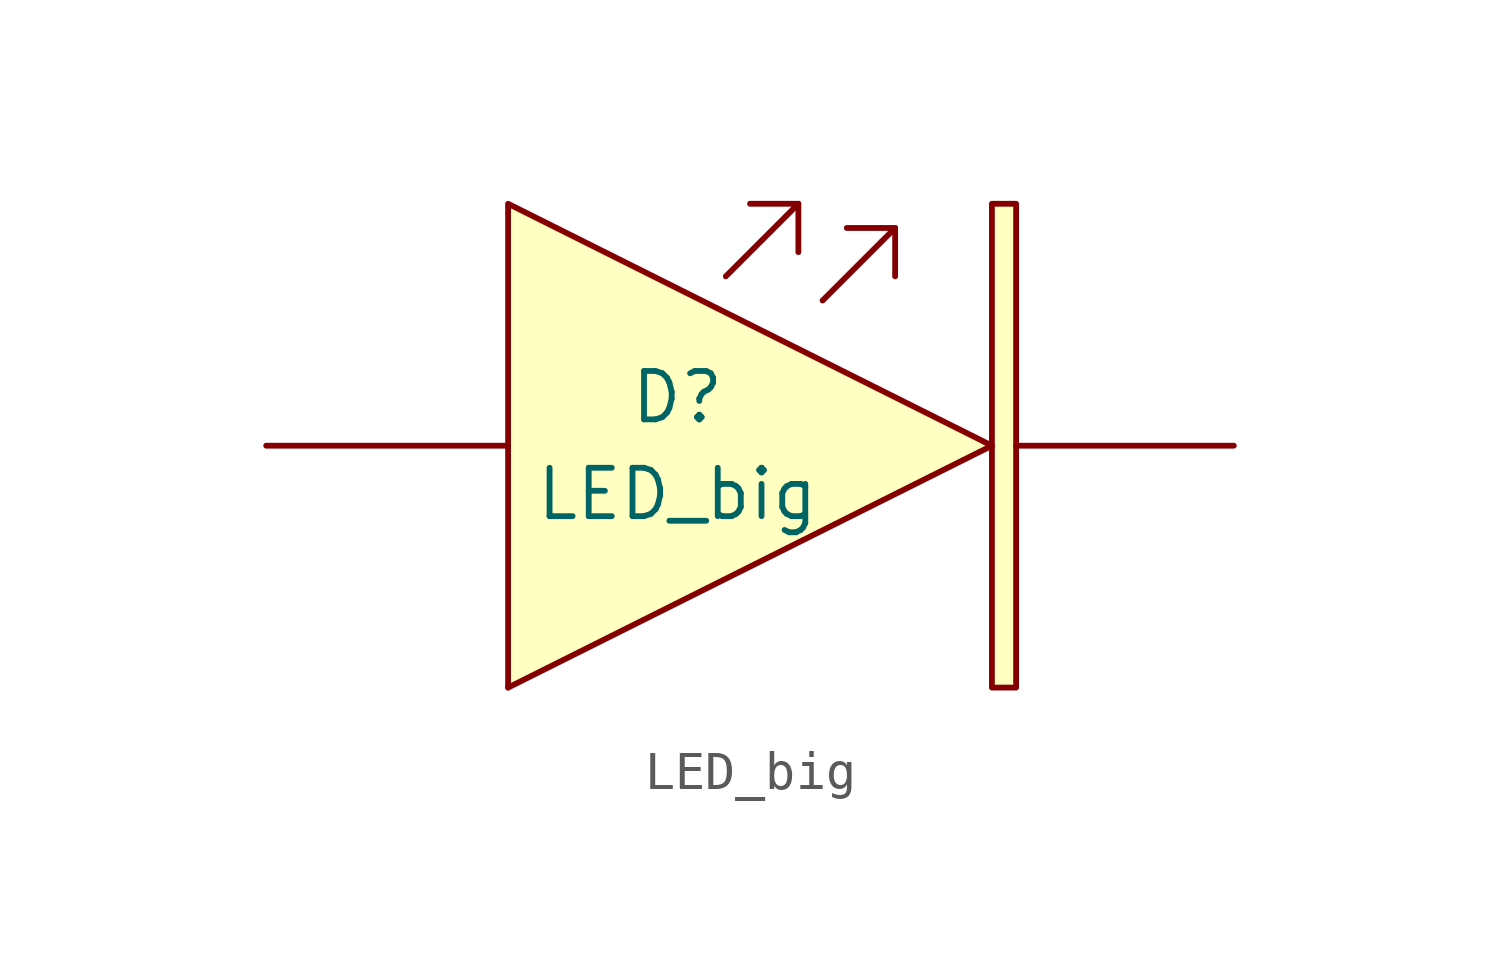
<source format=kicad_sym>
(kicad_symbol_lib
  (version 20211014)
  (generator kicad_symbol_editor)
  (symbol "LED_big"
    (pin_numbers hide)
    (pin_names hide)
    (property "Reference" "D"
      (at -1.905 1.27 0)
      (effects (font (size 1.27 1.27))))
    (property "Value" "LED_big"
      (at -1.905 -1.27 0)
      (effects (font (size 1.27 1.27))))
    (symbol "LED_big_0_1"
      (polyline (pts (xy -6.35 -6.35) (xy 6.35 0)) (stroke (width 0.152) (type default) (color 0 0 0 0)) (fill (type none)))
      (polyline (pts (xy 1.27 6.35) (xy 1.27 5.08)) (stroke (width 0.152) (type default) (color 0 0 0 0)) (fill (type none)))
      (polyline (pts (xy 3.81 5.715) (xy 3.81 4.445)) (stroke (width 0.152) (type default) (color 0 0 0 0)) (fill (type none)))
      (polyline (pts (xy -0.635 4.445) (xy 1.27 6.35) (xy 0 6.35)) (stroke (width 0.152) (type default) (color 0 0 0 0)) (fill (type none)))
      (polyline (pts (xy 1.905 3.81) (xy 3.81 5.715) (xy 2.54 5.715)) (stroke (width 0.152) (type default) (color 0 0 0 0)) (fill (type none)))
      (polyline (pts (xy 6.35 0) (xy -6.35 6.35) (xy -6.35 -6.35)) (stroke (width 0.152) (type default) (color 0 0 0 0)) (fill (type background)))
      (rectangle (start 6.35 6.35) (end 6.985 -6.35) (stroke (width 0.152) (type default) (color 0 0 0 0)) (fill (type background))))
    (symbol "LED_big_1_1"
      (pin passive line (at 12.7 0 180) (length 5.715) (name "K" (effects (font (size 1.27 1.27)))) (number "1" (effects (font (size 1.27 1.27)))))
      (pin passive line (at -12.7 0 0) (length 6.35) (name "A" (effects (font (size 1.27 1.27)))) (number "2" (effects (font (size 1.27 1.27))))))))
</source>
